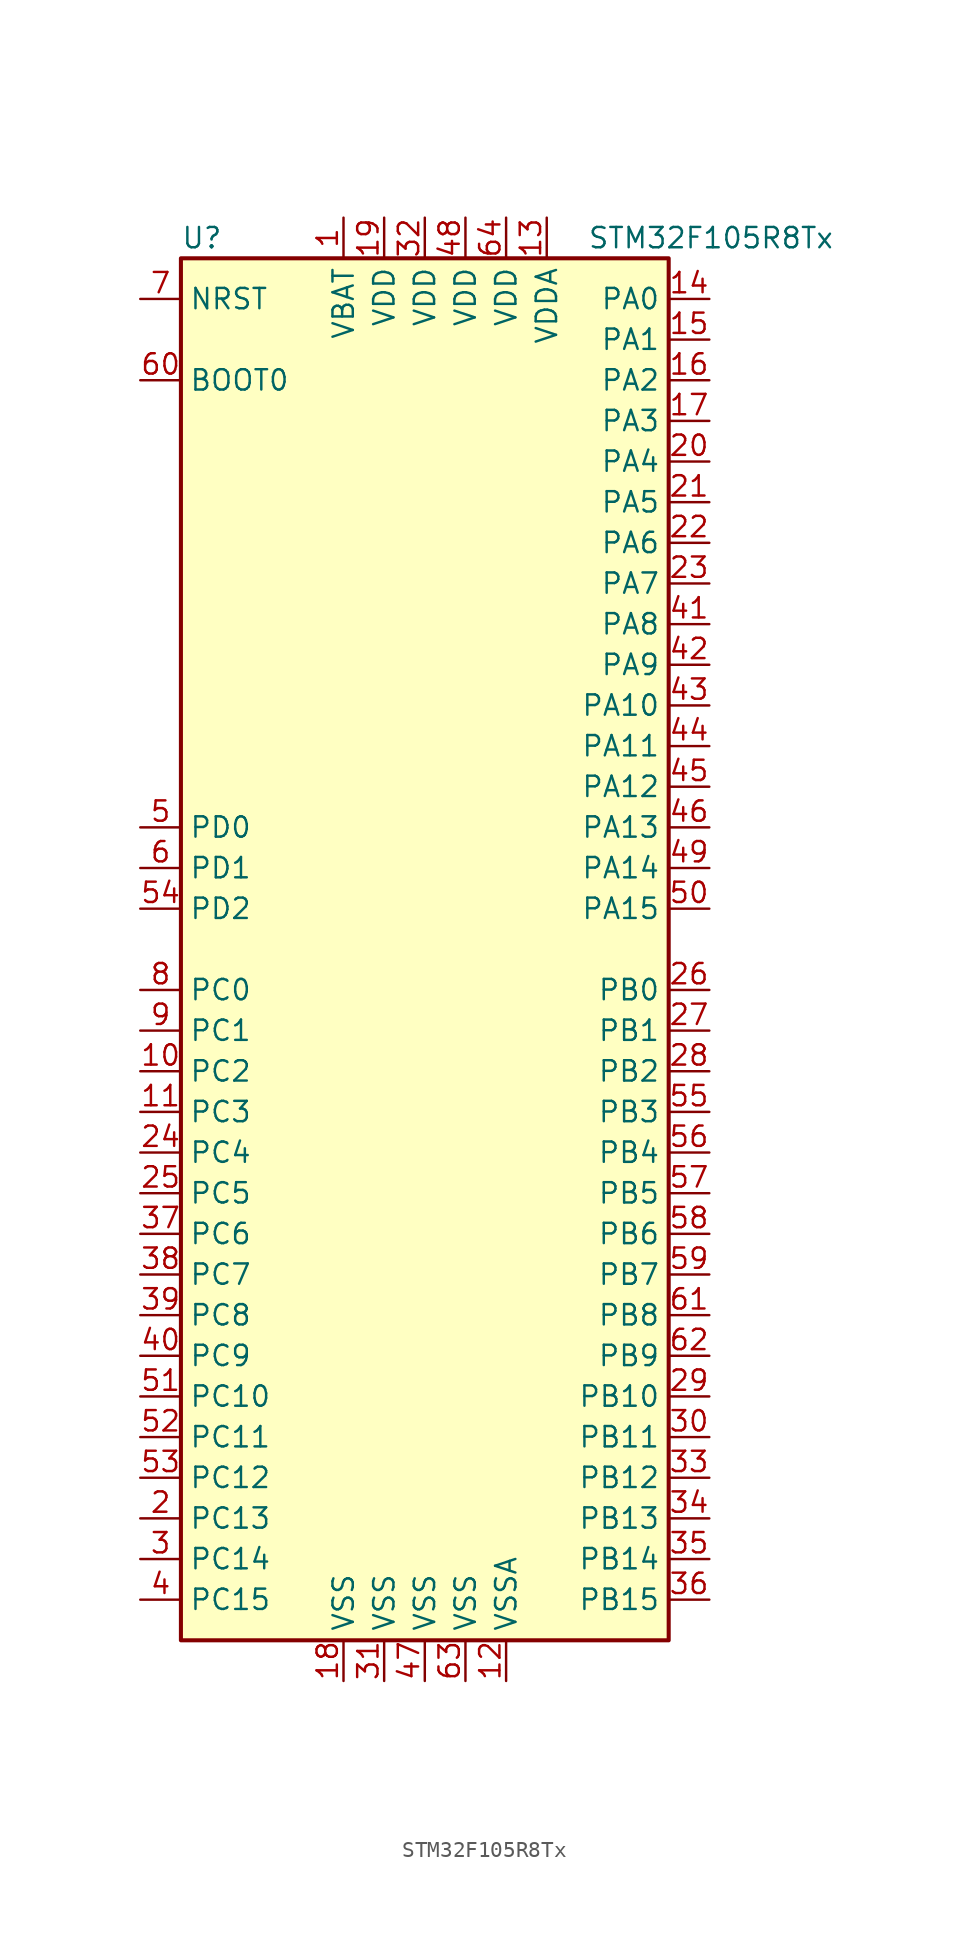
<source format=kicad_sym>
(kicad_symbol_lib
  (version 20201005)
  (generator kicad_symbol_editor)
  (symbol "MCU_ST_STM32F1:STM32F105R8Tx"
    (property "Reference" "U"
      (at -15.24 44.45 0)
      (effects (font (size 1.27 1.27)) (justify left)))
    (property "Value" "STM32F105R8Tx"
      (at 10.16 44.45 0)
      (effects (font (size 1.27 1.27)) (justify left)))
    (symbol "STM32F105R8Tx_0_1"
      (rectangle (start -15.24 -43.18) (end 15.24 43.18) (stroke (width 0.254)) (fill (type background))))
    (symbol "STM32F105R8Tx_1_1"
      (pin input line (at -17.78 35.56 0) (length 2.54) (name "BOOT0" (effects (font (size 1.27 1.27)))) (number "60" (effects (font (size 1.27 1.27)))))
      (pin input line (at -17.78 40.64 0) (length 2.54) (name "NRST" (effects (font (size 1.27 1.27)))) (number "7" (effects (font (size 1.27 1.27)))))
      (pin bidirectional line (at 17.78 40.64 180) (length 2.54) (name "PA0" (effects (font (size 1.27 1.27)))) (number "14" (effects (font (size 1.27 1.27)))))
      (pin bidirectional line (at 17.78 38.1 180) (length 2.54) (name "PA1" (effects (font (size 1.27 1.27)))) (number "15" (effects (font (size 1.27 1.27)))))
      (pin bidirectional line (at 17.78 15.24 180) (length 2.54) (name "PA10" (effects (font (size 1.27 1.27)))) (number "43" (effects (font (size 1.27 1.27)))))
      (pin bidirectional line (at 17.78 12.7 180) (length 2.54) (name "PA11" (effects (font (size 1.27 1.27)))) (number "44" (effects (font (size 1.27 1.27)))))
      (pin bidirectional line (at 17.78 10.16 180) (length 2.54) (name "PA12" (effects (font (size 1.27 1.27)))) (number "45" (effects (font (size 1.27 1.27)))))
      (pin bidirectional line (at 17.78 7.62 180) (length 2.54) (name "PA13" (effects (font (size 1.27 1.27)))) (number "46" (effects (font (size 1.27 1.27)))))
      (pin bidirectional line (at 17.78 5.08 180) (length 2.54) (name "PA14" (effects (font (size 1.27 1.27)))) (number "49" (effects (font (size 1.27 1.27)))))
      (pin bidirectional line (at 17.78 2.54 180) (length 2.54) (name "PA15" (effects (font (size 1.27 1.27)))) (number "50" (effects (font (size 1.27 1.27)))))
      (pin bidirectional line (at 17.78 35.56 180) (length 2.54) (name "PA2" (effects (font (size 1.27 1.27)))) (number "16" (effects (font (size 1.27 1.27)))))
      (pin bidirectional line (at 17.78 33.02 180) (length 2.54) (name "PA3" (effects (font (size 1.27 1.27)))) (number "17" (effects (font (size 1.27 1.27)))))
      (pin bidirectional line (at 17.78 30.48 180) (length 2.54) (name "PA4" (effects (font (size 1.27 1.27)))) (number "20" (effects (font (size 1.27 1.27)))))
      (pin bidirectional line (at 17.78 27.94 180) (length 2.54) (name "PA5" (effects (font (size 1.27 1.27)))) (number "21" (effects (font (size 1.27 1.27)))))
      (pin bidirectional line (at 17.78 25.4 180) (length 2.54) (name "PA6" (effects (font (size 1.27 1.27)))) (number "22" (effects (font (size 1.27 1.27)))))
      (pin bidirectional line (at 17.78 22.86 180) (length 2.54) (name "PA7" (effects (font (size 1.27 1.27)))) (number "23" (effects (font (size 1.27 1.27)))))
      (pin bidirectional line (at 17.78 20.32 180) (length 2.54) (name "PA8" (effects (font (size 1.27 1.27)))) (number "41" (effects (font (size 1.27 1.27)))))
      (pin bidirectional line (at 17.78 17.78 180) (length 2.54) (name "PA9" (effects (font (size 1.27 1.27)))) (number "42" (effects (font (size 1.27 1.27)))))
      (pin bidirectional line (at 17.78 -2.54 180) (length 2.54) (name "PB0" (effects (font (size 1.27 1.27)))) (number "26" (effects (font (size 1.27 1.27)))))
      (pin bidirectional line (at 17.78 -5.08 180) (length 2.54) (name "PB1" (effects (font (size 1.27 1.27)))) (number "27" (effects (font (size 1.27 1.27)))))
      (pin bidirectional line (at 17.78 -27.94 180) (length 2.54) (name "PB10" (effects (font (size 1.27 1.27)))) (number "29" (effects (font (size 1.27 1.27)))))
      (pin bidirectional line (at 17.78 -30.48 180) (length 2.54) (name "PB11" (effects (font (size 1.27 1.27)))) (number "30" (effects (font (size 1.27 1.27)))))
      (pin bidirectional line (at 17.78 -33.02 180) (length 2.54) (name "PB12" (effects (font (size 1.27 1.27)))) (number "33" (effects (font (size 1.27 1.27)))))
      (pin bidirectional line (at 17.78 -35.56 180) (length 2.54) (name "PB13" (effects (font (size 1.27 1.27)))) (number "34" (effects (font (size 1.27 1.27)))))
      (pin bidirectional line (at 17.78 -38.1 180) (length 2.54) (name "PB14" (effects (font (size 1.27 1.27)))) (number "35" (effects (font (size 1.27 1.27)))))
      (pin bidirectional line (at 17.78 -40.64 180) (length 2.54) (name "PB15" (effects (font (size 1.27 1.27)))) (number "36" (effects (font (size 1.27 1.27)))))
      (pin bidirectional line (at 17.78 -7.62 180) (length 2.54) (name "PB2" (effects (font (size 1.27 1.27)))) (number "28" (effects (font (size 1.27 1.27)))))
      (pin bidirectional line (at 17.78 -10.16 180) (length 2.54) (name "PB3" (effects (font (size 1.27 1.27)))) (number "55" (effects (font (size 1.27 1.27)))))
      (pin bidirectional line (at 17.78 -12.7 180) (length 2.54) (name "PB4" (effects (font (size 1.27 1.27)))) (number "56" (effects (font (size 1.27 1.27)))))
      (pin bidirectional line (at 17.78 -15.24 180) (length 2.54) (name "PB5" (effects (font (size 1.27 1.27)))) (number "57" (effects (font (size 1.27 1.27)))))
      (pin bidirectional line (at 17.78 -17.78 180) (length 2.54) (name "PB6" (effects (font (size 1.27 1.27)))) (number "58" (effects (font (size 1.27 1.27)))))
      (pin bidirectional line (at 17.78 -20.32 180) (length 2.54) (name "PB7" (effects (font (size 1.27 1.27)))) (number "59" (effects (font (size 1.27 1.27)))))
      (pin bidirectional line (at 17.78 -22.86 180) (length 2.54) (name "PB8" (effects (font (size 1.27 1.27)))) (number "61" (effects (font (size 1.27 1.27)))))
      (pin bidirectional line (at 17.78 -25.4 180) (length 2.54) (name "PB9" (effects (font (size 1.27 1.27)))) (number "62" (effects (font (size 1.27 1.27)))))
      (pin bidirectional line (at -17.78 -2.54 0) (length 2.54) (name "PC0" (effects (font (size 1.27 1.27)))) (number "8" (effects (font (size 1.27 1.27)))))
      (pin bidirectional line (at -17.78 -5.08 0) (length 2.54) (name "PC1" (effects (font (size 1.27 1.27)))) (number "9" (effects (font (size 1.27 1.27)))))
      (pin bidirectional line (at -17.78 -27.94 0) (length 2.54) (name "PC10" (effects (font (size 1.27 1.27)))) (number "51" (effects (font (size 1.27 1.27)))))
      (pin bidirectional line (at -17.78 -30.48 0) (length 2.54) (name "PC11" (effects (font (size 1.27 1.27)))) (number "52" (effects (font (size 1.27 1.27)))))
      (pin bidirectional line (at -17.78 -33.02 0) (length 2.54) (name "PC12" (effects (font (size 1.27 1.27)))) (number "53" (effects (font (size 1.27 1.27)))))
      (pin bidirectional line (at -17.78 -35.56 0) (length 2.54) (name "PC13" (effects (font (size 1.27 1.27)))) (number "2" (effects (font (size 1.27 1.27)))))
      (pin bidirectional line (at -17.78 -38.1 0) (length 2.54) (name "PC14" (effects (font (size 1.27 1.27)))) (number "3" (effects (font (size 1.27 1.27)))))
      (pin bidirectional line (at -17.78 -40.64 0) (length 2.54) (name "PC15" (effects (font (size 1.27 1.27)))) (number "4" (effects (font (size 1.27 1.27)))))
      (pin bidirectional line (at -17.78 -7.62 0) (length 2.54) (name "PC2" (effects (font (size 1.27 1.27)))) (number "10" (effects (font (size 1.27 1.27)))))
      (pin bidirectional line (at -17.78 -10.16 0) (length 2.54) (name "PC3" (effects (font (size 1.27 1.27)))) (number "11" (effects (font (size 1.27 1.27)))))
      (pin bidirectional line (at -17.78 -12.7 0) (length 2.54) (name "PC4" (effects (font (size 1.27 1.27)))) (number "24" (effects (font (size 1.27 1.27)))))
      (pin bidirectional line (at -17.78 -15.24 0) (length 2.54) (name "PC5" (effects (font (size 1.27 1.27)))) (number "25" (effects (font (size 1.27 1.27)))))
      (pin bidirectional line (at -17.78 -17.78 0) (length 2.54) (name "PC6" (effects (font (size 1.27 1.27)))) (number "37" (effects (font (size 1.27 1.27)))))
      (pin bidirectional line (at -17.78 -20.32 0) (length 2.54) (name "PC7" (effects (font (size 1.27 1.27)))) (number "38" (effects (font (size 1.27 1.27)))))
      (pin bidirectional line (at -17.78 -22.86 0) (length 2.54) (name "PC8" (effects (font (size 1.27 1.27)))) (number "39" (effects (font (size 1.27 1.27)))))
      (pin bidirectional line (at -17.78 -25.4 0) (length 2.54) (name "PC9" (effects (font (size 1.27 1.27)))) (number "40" (effects (font (size 1.27 1.27)))))
      (pin input line (at -17.78 7.62 0) (length 2.54) (name "PD0" (effects (font (size 1.27 1.27)))) (number "5" (effects (font (size 1.27 1.27)))))
      (pin input line (at -17.78 5.08 0) (length 2.54) (name "PD1" (effects (font (size 1.27 1.27)))) (number "6" (effects (font (size 1.27 1.27)))))
      (pin bidirectional line (at -17.78 2.54 0) (length 2.54) (name "PD2" (effects (font (size 1.27 1.27)))) (number "54" (effects (font (size 1.27 1.27)))))
      (pin power_in line (at -5.08 45.72 270) (length 2.54) (name "VBAT" (effects (font (size 1.27 1.27)))) (number "1" (effects (font (size 1.27 1.27)))))
      (pin power_in line (at -2.54 45.72 270) (length 2.54) (name "VDD" (effects (font (size 1.27 1.27)))) (number "19" (effects (font (size 1.27 1.27)))))
      (pin power_in line (at 0 45.72 270) (length 2.54) (name "VDD" (effects (font (size 1.27 1.27)))) (number "32" (effects (font (size 1.27 1.27)))))
      (pin power_in line (at 2.54 45.72 270) (length 2.54) (name "VDD" (effects (font (size 1.27 1.27)))) (number "48" (effects (font (size 1.27 1.27)))))
      (pin power_in line (at 5.08 45.72 270) (length 2.54) (name "VDD" (effects (font (size 1.27 1.27)))) (number "64" (effects (font (size 1.27 1.27)))))
      (pin power_in line (at 7.62 45.72 270) (length 2.54) (name "VDDA" (effects (font (size 1.27 1.27)))) (number "13" (effects (font (size 1.27 1.27)))))
      (pin power_in line (at -5.08 -45.72 90) (length 2.54) (name "VSS" (effects (font (size 1.27 1.27)))) (number "18" (effects (font (size 1.27 1.27)))))
      (pin power_in line (at -2.54 -45.72 90) (length 2.54) (name "VSS" (effects (font (size 1.27 1.27)))) (number "31" (effects (font (size 1.27 1.27)))))
      (pin power_in line (at 0 -45.72 90) (length 2.54) (name "VSS" (effects (font (size 1.27 1.27)))) (number "47" (effects (font (size 1.27 1.27)))))
      (pin power_in line (at 2.54 -45.72 90) (length 2.54) (name "VSS" (effects (font (size 1.27 1.27)))) (number "63" (effects (font (size 1.27 1.27)))))
      (pin power_in line (at 5.08 -45.72 90) (length 2.54) (name "VSSA" (effects (font (size 1.27 1.27)))) (number "12" (effects (font (size 1.27 1.27))))))))
</source>
